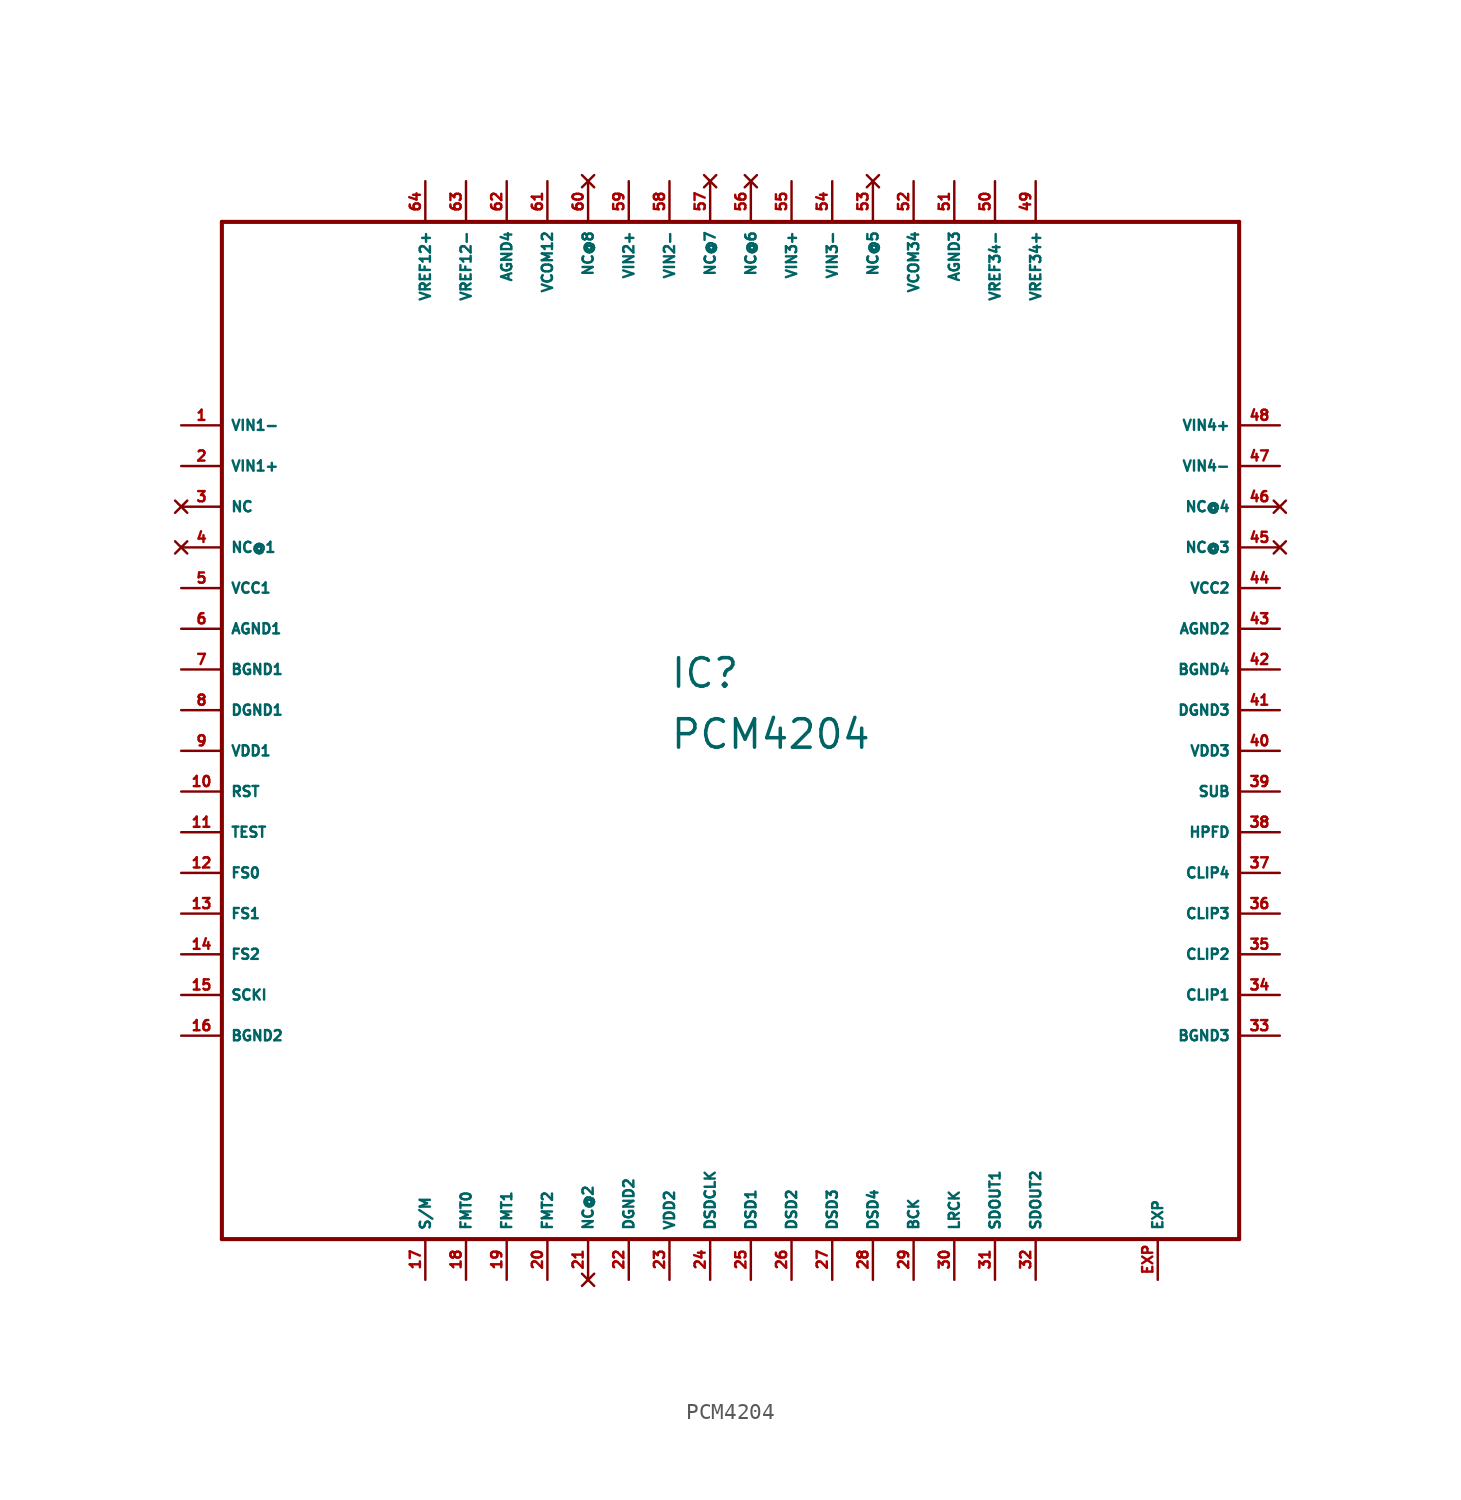
<source format=kicad_sym>
(kicad_symbol_lib
  (version 20220914)
  (generator Eagle2Kicad)
  (symbol "PCM4204"
    (property "Reference" "IC"
      (at -5.08 1.27 0)
      (effects (font (size 1.778 1.778) (thickness 0.22)) (justify left bottom)))
    (property "Value" "PCM4204"
      (at -5.08 -2.54 0)
      (effects (font (size 1.778 1.778) (thickness 0.22)) (justify left bottom)))
    (polyline
      (pts (xy -33.02 -33.02) (xy 30.48 -33.02))
      (stroke (width 0.254) (type default))
      (fill (type none)))
    (polyline
      (pts (xy 30.48 -33.02) (xy 30.48 30.48))
      (stroke (width 0.254) (type default))
      (fill (type none)))
    (polyline
      (pts (xy 30.48 30.48) (xy -33.02 30.48))
      (stroke (width 0.254) (type default))
      (fill (type none)))
    (polyline
      (pts (xy -33.02 30.48) (xy -33.02 -33.02))
      (stroke (width 0.254) (type default))
      (fill (type none)))
    (pin input line
      (at -35.56 17.78 0)
      (length 2.54)
      (name "VIN1-" (effects (font (size 0.635 0.635) (thickness 0.08)) (justify left bottom)))
      (number "1" (effects (font (size 0.635 0.635) (thickness 0.08)) (justify left bottom))))
    (pin input line
      (at -35.56 15.24 0)
      (length 2.54)
      (name "VIN1+" (effects (font (size 0.635 0.635) (thickness 0.08)) (justify left bottom)))
      (number "2" (effects (font (size 0.635 0.635) (thickness 0.08)) (justify left bottom))))
    (pin no_connect line
      (at -35.56 12.7 0)
      (length 2.54)
      (name "NC" (effects (font (size 0.635 0.635) (thickness 0.08)) (justify left bottom) hide))
      (number "3" (effects (font (size 0.635 0.635) (thickness 0.08)) (justify left bottom) hide)))
    (pin no_connect line
      (at -35.56 10.16 0)
      (length 2.54)
      (name "NC@1" (effects (font (size 0.635 0.635) (thickness 0.08)) (justify left bottom) hide))
      (number "4" (effects (font (size 0.635 0.635) (thickness 0.08)) (justify left bottom) hide)))
    (pin unspecified line
      (at -35.56 7.62 0)
      (length 2.54)
      (name "VCC1" (effects (font (size 0.635 0.635) (thickness 0.08)) (justify left bottom)))
      (number "5" (effects (font (size 0.635 0.635) (thickness 0.08)) (justify left bottom))))
    (pin unspecified line
      (at -35.56 5.08 0)
      (length 2.54)
      (name "AGND1" (effects (font (size 0.635 0.635) (thickness 0.08)) (justify left bottom)))
      (number "6" (effects (font (size 0.635 0.635) (thickness 0.08)) (justify left bottom))))
    (pin unspecified line
      (at -35.56 2.54 0)
      (length 2.54)
      (name "BGND1" (effects (font (size 0.635 0.635) (thickness 0.08)) (justify left bottom)))
      (number "7" (effects (font (size 0.635 0.635) (thickness 0.08)) (justify left bottom))))
    (pin unspecified line
      (at -35.56 0 0)
      (length 2.54)
      (name "DGND1" (effects (font (size 0.635 0.635) (thickness 0.08)) (justify left bottom)))
      (number "8" (effects (font (size 0.635 0.635) (thickness 0.08)) (justify left bottom))))
    (pin unspecified line
      (at -35.56 -2.54 0)
      (length 2.54)
      (name "VDD1" (effects (font (size 0.635 0.635) (thickness 0.08)) (justify left bottom)))
      (number "9" (effects (font (size 0.635 0.635) (thickness 0.08)) (justify left bottom))))
    (pin input line
      (at -35.56 -5.08 0)
      (length 2.54)
      (name "RST" (effects (font (size 0.635 0.635) (thickness 0.08)) (justify left bottom)))
      (number "10" (effects (font (size 0.635 0.635) (thickness 0.08)) (justify left bottom))))
    (pin input line
      (at -35.56 -7.62 0)
      (length 2.54)
      (name "TEST" (effects (font (size 0.635 0.635) (thickness 0.08)) (justify left bottom)))
      (number "11" (effects (font (size 0.635 0.635) (thickness 0.08)) (justify left bottom))))
    (pin input line
      (at -35.56 -10.16 0)
      (length 2.54)
      (name "FS0" (effects (font (size 0.635 0.635) (thickness 0.08)) (justify left bottom)))
      (number "12" (effects (font (size 0.635 0.635) (thickness 0.08)) (justify left bottom))))
    (pin input line
      (at -35.56 -12.7 0)
      (length 2.54)
      (name "FS1" (effects (font (size 0.635 0.635) (thickness 0.08)) (justify left bottom)))
      (number "13" (effects (font (size 0.635 0.635) (thickness 0.08)) (justify left bottom))))
    (pin input line
      (at -35.56 -15.24 0)
      (length 2.54)
      (name "FS2" (effects (font (size 0.635 0.635) (thickness 0.08)) (justify left bottom)))
      (number "14" (effects (font (size 0.635 0.635) (thickness 0.08)) (justify left bottom))))
    (pin input line
      (at -35.56 -17.78 0)
      (length 2.54)
      (name "SCKI" (effects (font (size 0.635 0.635) (thickness 0.08)) (justify left bottom)))
      (number "15" (effects (font (size 0.635 0.635) (thickness 0.08)) (justify left bottom))))
    (pin unspecified line
      (at -35.56 -20.32 0)
      (length 2.54)
      (name "BGND2" (effects (font (size 0.635 0.635) (thickness 0.08)) (justify left bottom)))
      (number "16" (effects (font (size 0.635 0.635) (thickness 0.08)) (justify left bottom))))
    (pin input line
      (at -20.32 -35.56 90)
      (length 2.54)
      (name "S/M" (effects (font (size 0.635 0.635) (thickness 0.08)) (justify left bottom)))
      (number "17" (effects (font (size 0.635 0.635) (thickness 0.08)) (justify left bottom))))
    (pin input line
      (at -17.78 -35.56 90)
      (length 2.54)
      (name "FMT0" (effects (font (size 0.635 0.635) (thickness 0.08)) (justify left bottom)))
      (number "18" (effects (font (size 0.635 0.635) (thickness 0.08)) (justify left bottom))))
    (pin input line
      (at -15.24 -35.56 90)
      (length 2.54)
      (name "FMT1" (effects (font (size 0.635 0.635) (thickness 0.08)) (justify left bottom)))
      (number "19" (effects (font (size 0.635 0.635) (thickness 0.08)) (justify left bottom))))
    (pin input line
      (at -12.7 -35.56 90)
      (length 2.54)
      (name "FMT2" (effects (font (size 0.635 0.635) (thickness 0.08)) (justify left bottom)))
      (number "20" (effects (font (size 0.635 0.635) (thickness 0.08)) (justify left bottom))))
    (pin no_connect line
      (at -10.16 -35.56 90)
      (length 2.54)
      (name "NC@2" (effects (font (size 0.635 0.635) (thickness 0.08)) (justify left bottom) hide))
      (number "21" (effects (font (size 0.635 0.635) (thickness 0.08)) (justify left bottom) hide)))
    (pin unspecified line
      (at -7.62 -35.56 90)
      (length 2.54)
      (name "DGND2" (effects (font (size 0.635 0.635) (thickness 0.08)) (justify left bottom)))
      (number "22" (effects (font (size 0.635 0.635) (thickness 0.08)) (justify left bottom))))
    (pin unspecified line
      (at -5.08 -35.56 90)
      (length 2.54)
      (name "VDD2" (effects (font (size 0.635 0.635) (thickness 0.08)) (justify left bottom)))
      (number "23" (effects (font (size 0.635 0.635) (thickness 0.08)) (justify left bottom))))
    (pin bidirectional line
      (at -2.54 -35.56 90)
      (length 2.54)
      (name "DSDCLK" (effects (font (size 0.635 0.635) (thickness 0.08)) (justify left bottom)))
      (number "24" (effects (font (size 0.635 0.635) (thickness 0.08)) (justify left bottom))))
    (pin bidirectional line
      (at 0 -35.56 90)
      (length 2.54)
      (name "DSD1" (effects (font (size 0.635 0.635) (thickness 0.08)) (justify left bottom)))
      (number "25" (effects (font (size 0.635 0.635) (thickness 0.08)) (justify left bottom))))
    (pin bidirectional line
      (at 2.54 -35.56 90)
      (length 2.54)
      (name "DSD2" (effects (font (size 0.635 0.635) (thickness 0.08)) (justify left bottom)))
      (number "26" (effects (font (size 0.635 0.635) (thickness 0.08)) (justify left bottom))))
    (pin bidirectional line
      (at 5.08 -35.56 90)
      (length 2.54)
      (name "DSD3" (effects (font (size 0.635 0.635) (thickness 0.08)) (justify left bottom)))
      (number "27" (effects (font (size 0.635 0.635) (thickness 0.08)) (justify left bottom))))
    (pin bidirectional line
      (at 7.62 -35.56 90)
      (length 2.54)
      (name "DSD4" (effects (font (size 0.635 0.635) (thickness 0.08)) (justify left bottom)))
      (number "28" (effects (font (size 0.635 0.635) (thickness 0.08)) (justify left bottom))))
    (pin bidirectional line
      (at 10.16 -35.56 90)
      (length 2.54)
      (name "BCK" (effects (font (size 0.635 0.635) (thickness 0.08)) (justify left bottom)))
      (number "29" (effects (font (size 0.635 0.635) (thickness 0.08)) (justify left bottom))))
    (pin bidirectional line
      (at 12.7 -35.56 90)
      (length 2.54)
      (name "LRCK" (effects (font (size 0.635 0.635) (thickness 0.08)) (justify left bottom)))
      (number "30" (effects (font (size 0.635 0.635) (thickness 0.08)) (justify left bottom))))
    (pin output line
      (at 15.24 -35.56 90)
      (length 2.54)
      (name "SDOUT1" (effects (font (size 0.635 0.635) (thickness 0.08)) (justify left bottom)))
      (number "31" (effects (font (size 0.635 0.635) (thickness 0.08)) (justify left bottom))))
    (pin output line
      (at 17.78 -35.56 90)
      (length 2.54)
      (name "SDOUT2" (effects (font (size 0.635 0.635) (thickness 0.08)) (justify left bottom)))
      (number "32" (effects (font (size 0.635 0.635) (thickness 0.08)) (justify left bottom))))
    (pin unspecified line
      (at 33.02 -20.32 180)
      (length 2.54)
      (name "BGND3" (effects (font (size 0.635 0.635) (thickness 0.08)) (justify left bottom)))
      (number "33" (effects (font (size 0.635 0.635) (thickness 0.08)) (justify left bottom))))
    (pin output line
      (at 33.02 -17.78 180)
      (length 2.54)
      (name "CLIP1" (effects (font (size 0.635 0.635) (thickness 0.08)) (justify left bottom)))
      (number "34" (effects (font (size 0.635 0.635) (thickness 0.08)) (justify left bottom))))
    (pin output line
      (at 33.02 -15.24 180)
      (length 2.54)
      (name "CLIP2" (effects (font (size 0.635 0.635) (thickness 0.08)) (justify left bottom)))
      (number "35" (effects (font (size 0.635 0.635) (thickness 0.08)) (justify left bottom))))
    (pin output line
      (at 33.02 -12.7 180)
      (length 2.54)
      (name "CLIP3" (effects (font (size 0.635 0.635) (thickness 0.08)) (justify left bottom)))
      (number "36" (effects (font (size 0.635 0.635) (thickness 0.08)) (justify left bottom))))
    (pin output line
      (at 33.02 -10.16 180)
      (length 2.54)
      (name "CLIP4" (effects (font (size 0.635 0.635) (thickness 0.08)) (justify left bottom)))
      (number "37" (effects (font (size 0.635 0.635) (thickness 0.08)) (justify left bottom))))
    (pin input line
      (at 33.02 -7.62 180)
      (length 2.54)
      (name "HPFD" (effects (font (size 0.635 0.635) (thickness 0.08)) (justify left bottom)))
      (number "38" (effects (font (size 0.635 0.635) (thickness 0.08)) (justify left bottom))))
    (pin input line
      (at 33.02 -5.08 180)
      (length 2.54)
      (name "SUB" (effects (font (size 0.635 0.635) (thickness 0.08)) (justify left bottom)))
      (number "39" (effects (font (size 0.635 0.635) (thickness 0.08)) (justify left bottom))))
    (pin unspecified line
      (at 33.02 -2.54 180)
      (length 2.54)
      (name "VDD3" (effects (font (size 0.635 0.635) (thickness 0.08)) (justify left bottom)))
      (number "40" (effects (font (size 0.635 0.635) (thickness 0.08)) (justify left bottom))))
    (pin unspecified line
      (at 33.02 0 180)
      (length 2.54)
      (name "DGND3" (effects (font (size 0.635 0.635) (thickness 0.08)) (justify left bottom)))
      (number "41" (effects (font (size 0.635 0.635) (thickness 0.08)) (justify left bottom))))
    (pin unspecified line
      (at 33.02 2.54 180)
      (length 2.54)
      (name "BGND4" (effects (font (size 0.635 0.635) (thickness 0.08)) (justify left bottom)))
      (number "42" (effects (font (size 0.635 0.635) (thickness 0.08)) (justify left bottom))))
    (pin unspecified line
      (at 33.02 5.08 180)
      (length 2.54)
      (name "AGND2" (effects (font (size 0.635 0.635) (thickness 0.08)) (justify left bottom)))
      (number "43" (effects (font (size 0.635 0.635) (thickness 0.08)) (justify left bottom))))
    (pin unspecified line
      (at 33.02 7.62 180)
      (length 2.54)
      (name "VCC2" (effects (font (size 0.635 0.635) (thickness 0.08)) (justify left bottom)))
      (number "44" (effects (font (size 0.635 0.635) (thickness 0.08)) (justify left bottom))))
    (pin no_connect line
      (at 33.02 10.16 180)
      (length 2.54)
      (name "NC@3" (effects (font (size 0.635 0.635) (thickness 0.08)) (justify left bottom) hide))
      (number "45" (effects (font (size 0.635 0.635) (thickness 0.08)) (justify left bottom) hide)))
    (pin no_connect line
      (at 33.02 12.7 180)
      (length 2.54)
      (name "NC@4" (effects (font (size 0.635 0.635) (thickness 0.08)) (justify left bottom) hide))
      (number "46" (effects (font (size 0.635 0.635) (thickness 0.08)) (justify left bottom) hide)))
    (pin input line
      (at 33.02 15.24 180)
      (length 2.54)
      (name "VIN4-" (effects (font (size 0.635 0.635) (thickness 0.08)) (justify left bottom)))
      (number "47" (effects (font (size 0.635 0.635) (thickness 0.08)) (justify left bottom))))
    (pin input line
      (at 33.02 17.78 180)
      (length 2.54)
      (name "VIN4+" (effects (font (size 0.635 0.635) (thickness 0.08)) (justify left bottom)))
      (number "48" (effects (font (size 0.635 0.635) (thickness 0.08)) (justify left bottom))))
    (pin output line
      (at 17.78 33.02 270)
      (length 2.54)
      (name "VREF34+" (effects (font (size 0.635 0.635) (thickness 0.08)) (justify left bottom)))
      (number "49" (effects (font (size 0.635 0.635) (thickness 0.08)) (justify left bottom))))
    (pin output line
      (at 15.24 33.02 270)
      (length 2.54)
      (name "VREF34-" (effects (font (size 0.635 0.635) (thickness 0.08)) (justify left bottom)))
      (number "50" (effects (font (size 0.635 0.635) (thickness 0.08)) (justify left bottom))))
    (pin output line
      (at 12.7 33.02 270)
      (length 2.54)
      (name "AGND3" (effects (font (size 0.635 0.635) (thickness 0.08)) (justify left bottom)))
      (number "51" (effects (font (size 0.635 0.635) (thickness 0.08)) (justify left bottom))))
    (pin output line
      (at 10.16 33.02 270)
      (length 2.54)
      (name "VCOM34" (effects (font (size 0.635 0.635) (thickness 0.08)) (justify left bottom)))
      (number "52" (effects (font (size 0.635 0.635) (thickness 0.08)) (justify left bottom))))
    (pin no_connect line
      (at 7.62 33.02 270)
      (length 2.54)
      (name "NC@5" (effects (font (size 0.635 0.635) (thickness 0.08)) (justify left bottom) hide))
      (number "53" (effects (font (size 0.635 0.635) (thickness 0.08)) (justify left bottom) hide)))
    (pin input line
      (at 5.08 33.02 270)
      (length 2.54)
      (name "VIN3-" (effects (font (size 0.635 0.635) (thickness 0.08)) (justify left bottom)))
      (number "54" (effects (font (size 0.635 0.635) (thickness 0.08)) (justify left bottom))))
    (pin input line
      (at 2.54 33.02 270)
      (length 2.54)
      (name "VIN3+" (effects (font (size 0.635 0.635) (thickness 0.08)) (justify left bottom)))
      (number "55" (effects (font (size 0.635 0.635) (thickness 0.08)) (justify left bottom))))
    (pin no_connect line
      (at 0 33.02 270)
      (length 2.54)
      (name "NC@6" (effects (font (size 0.635 0.635) (thickness 0.08)) (justify left bottom) hide))
      (number "56" (effects (font (size 0.635 0.635) (thickness 0.08)) (justify left bottom) hide)))
    (pin no_connect line
      (at -2.54 33.02 270)
      (length 2.54)
      (name "NC@7" (effects (font (size 0.635 0.635) (thickness 0.08)) (justify left bottom) hide))
      (number "57" (effects (font (size 0.635 0.635) (thickness 0.08)) (justify left bottom) hide)))
    (pin input line
      (at -5.08 33.02 270)
      (length 2.54)
      (name "VIN2-" (effects (font (size 0.635 0.635) (thickness 0.08)) (justify left bottom)))
      (number "58" (effects (font (size 0.635 0.635) (thickness 0.08)) (justify left bottom))))
    (pin input line
      (at -7.62 33.02 270)
      (length 2.54)
      (name "VIN2+" (effects (font (size 0.635 0.635) (thickness 0.08)) (justify left bottom)))
      (number "59" (effects (font (size 0.635 0.635) (thickness 0.08)) (justify left bottom))))
    (pin no_connect line
      (at -10.16 33.02 270)
      (length 2.54)
      (name "NC@8" (effects (font (size 0.635 0.635) (thickness 0.08)) (justify left bottom) hide))
      (number "60" (effects (font (size 0.635 0.635) (thickness 0.08)) (justify left bottom) hide)))
    (pin output line
      (at -12.7 33.02 270)
      (length 2.54)
      (name "VCOM12" (effects (font (size 0.635 0.635) (thickness 0.08)) (justify left bottom)))
      (number "61" (effects (font (size 0.635 0.635) (thickness 0.08)) (justify left bottom))))
    (pin unspecified line
      (at -15.24 33.02 270)
      (length 2.54)
      (name "AGND4" (effects (font (size 0.635 0.635) (thickness 0.08)) (justify left bottom)))
      (number "62" (effects (font (size 0.635 0.635) (thickness 0.08)) (justify left bottom))))
    (pin output line
      (at -17.78 33.02 270)
      (length 2.54)
      (name "VREF12-" (effects (font (size 0.635 0.635) (thickness 0.08)) (justify left bottom)))
      (number "63" (effects (font (size 0.635 0.635) (thickness 0.08)) (justify left bottom))))
    (pin output line
      (at -20.32 33.02 270)
      (length 2.54)
      (name "VREF12+" (effects (font (size 0.635 0.635) (thickness 0.08)) (justify left bottom)))
      (number "64" (effects (font (size 0.635 0.635) (thickness 0.08)) (justify left bottom))))
    (pin output line
      (at 25.4 -35.56 90)
      (length 2.54)
      (name "EXP" (effects (font (size 0.635 0.635) (thickness 0.08)) (justify left bottom)))
      (number "EXP" (effects (font (size 0.635 0.635) (thickness 0.08)) (justify left bottom))))))
</source>
